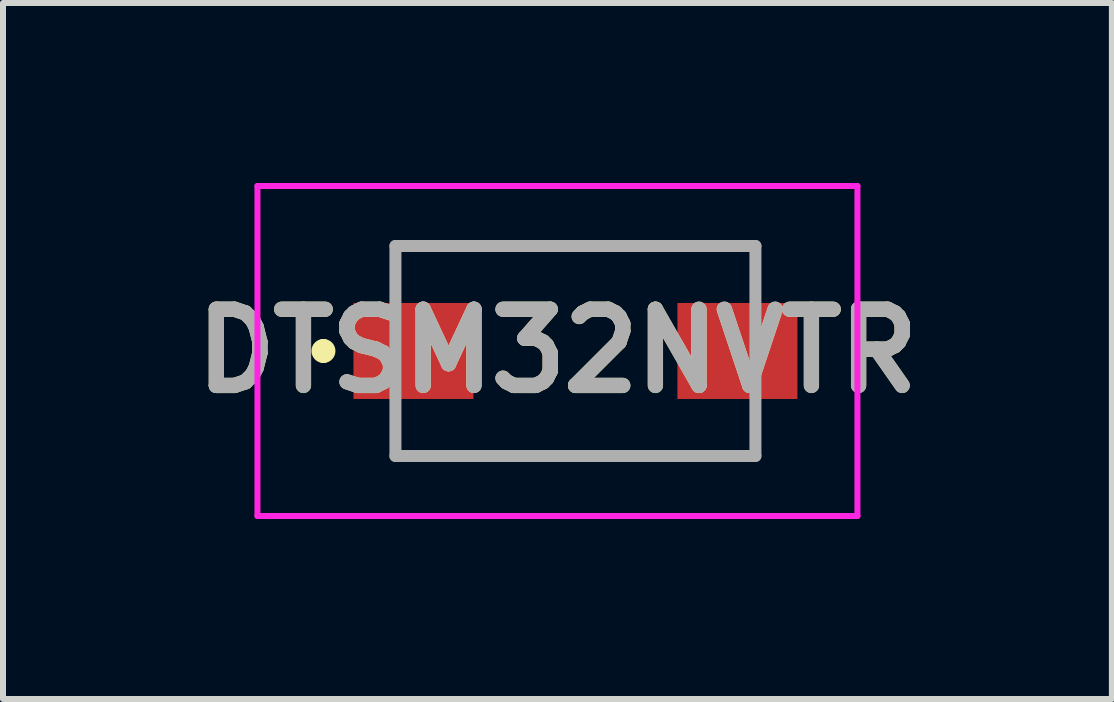
<source format=kicad_pcb>
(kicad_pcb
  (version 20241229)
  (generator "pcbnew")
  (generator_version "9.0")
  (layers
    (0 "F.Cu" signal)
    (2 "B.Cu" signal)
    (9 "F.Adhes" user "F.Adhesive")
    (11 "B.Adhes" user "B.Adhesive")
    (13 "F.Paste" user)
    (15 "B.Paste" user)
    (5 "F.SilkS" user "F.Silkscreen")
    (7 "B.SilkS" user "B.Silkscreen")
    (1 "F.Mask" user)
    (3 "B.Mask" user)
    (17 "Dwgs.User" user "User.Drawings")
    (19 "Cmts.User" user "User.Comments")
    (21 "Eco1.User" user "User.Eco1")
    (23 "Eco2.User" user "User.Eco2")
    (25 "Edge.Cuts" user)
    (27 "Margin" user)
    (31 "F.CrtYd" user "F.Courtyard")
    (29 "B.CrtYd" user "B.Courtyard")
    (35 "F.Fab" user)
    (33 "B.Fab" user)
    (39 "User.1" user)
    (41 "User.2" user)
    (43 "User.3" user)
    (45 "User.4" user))
  (footprint "DTSM32NVTR"
    (layer "F.Cu")
    (at 6.541 2.8)
    (property "Reference" "DTSM32NVTR" (at -0.3 0 0) (layer "F.SilkS") (effects (font (size 1.27 1.27) (thickness 0.254))))
    (attr smd)
    (fp_line (start -4.2 -0.1) (end -4.2 -0.1) (stroke (width 0.2) (type solid)) (layer "F.SilkS"))
    (fp_line (start -4.2 0.1) (end -4.2 0.1) (stroke (width 0.2) (type solid)) (layer "F.SilkS"))
    (fp_line (start -3 -1.75) (end 3 -1.75) (stroke (width 0.1) (type solid)) (layer "F.SilkS"))
    (fp_line (start -3 -1) (end -3 -1.75) (stroke (width 0.1) (type solid)) (layer "F.SilkS"))
    (fp_line (start -3 1) (end -3 1.75) (stroke (width 0.1) (type solid)) (layer "F.SilkS"))
    (fp_line (start -3 1.75) (end 3 1.75) (stroke (width 0.1) (type solid)) (layer "F.SilkS"))
    (fp_line (start 3 -1.75) (end 3 -1) (stroke (width 0.1) (type solid)) (layer "F.SilkS"))
    (fp_line (start 3 1.75) (end 3 1) (stroke (width 0.1) (type solid)) (layer "F.SilkS"))
    (fp_arc (start -4.2 -0.1) (mid -4.1 0) (end -4.2 0.1) (stroke (width 0.2) (type solid)) (layer "F.SilkS"))
    (fp_arc (start -4.2 0.1) (mid -4.3 0) (end -4.2 -0.1) (stroke (width 0.2) (type solid)) (layer "F.SilkS"))
    (fp_line (start -5.3 -2.75) (end 4.7 -2.75) (stroke (width 0.1) (type solid)) (layer "F.CrtYd"))
    (fp_line (start -5.3 2.75) (end -5.3 -2.75) (stroke (width 0.1) (type solid)) (layer "F.CrtYd"))
    (fp_line (start 4.7 -2.75) (end 4.7 2.75) (stroke (width 0.1) (type solid)) (layer "F.CrtYd"))
    (fp_line (start 4.7 2.75) (end -5.3 2.75) (stroke (width 0.1) (type solid)) (layer "F.CrtYd"))
    (fp_line (start -3 -1.75) (end 3 -1.75) (stroke (width 0.2) (type solid)) (layer "F.Fab"))
    (fp_line (start -3 1.75) (end -3 -1.75) (stroke (width 0.2) (type solid)) (layer "F.Fab"))
    (fp_line (start 3 -1.75) (end 3 1.75) (stroke (width 0.2) (type solid)) (layer "F.Fab"))
    (fp_line (start 3 1.75) (end -3 1.75) (stroke (width 0.2) (type solid)) (layer "F.Fab"))
    (fp_text user "${REFERENCE}" (at -0.3 0 0) (layer "F.Fab") (effects (font (size 1.27 1.27) (thickness 0.254))))
    (pad "1" smd rect (at -2.7 0 90) (size 1.6 2) (layers "F.Cu" "F.Mask" "F.Paste"))
    (pad "2" smd rect (at 2.7 0 90) (size 1.6 2) (layers "F.Cu" "F.Mask" "F.Paste")))
  (gr_rect
    (start -3 -3)
    (end 15.482 8.6)
    (stroke (width 0.1) (type default))
    (fill no)
    (layer "Edge.Cuts")))
</source>
